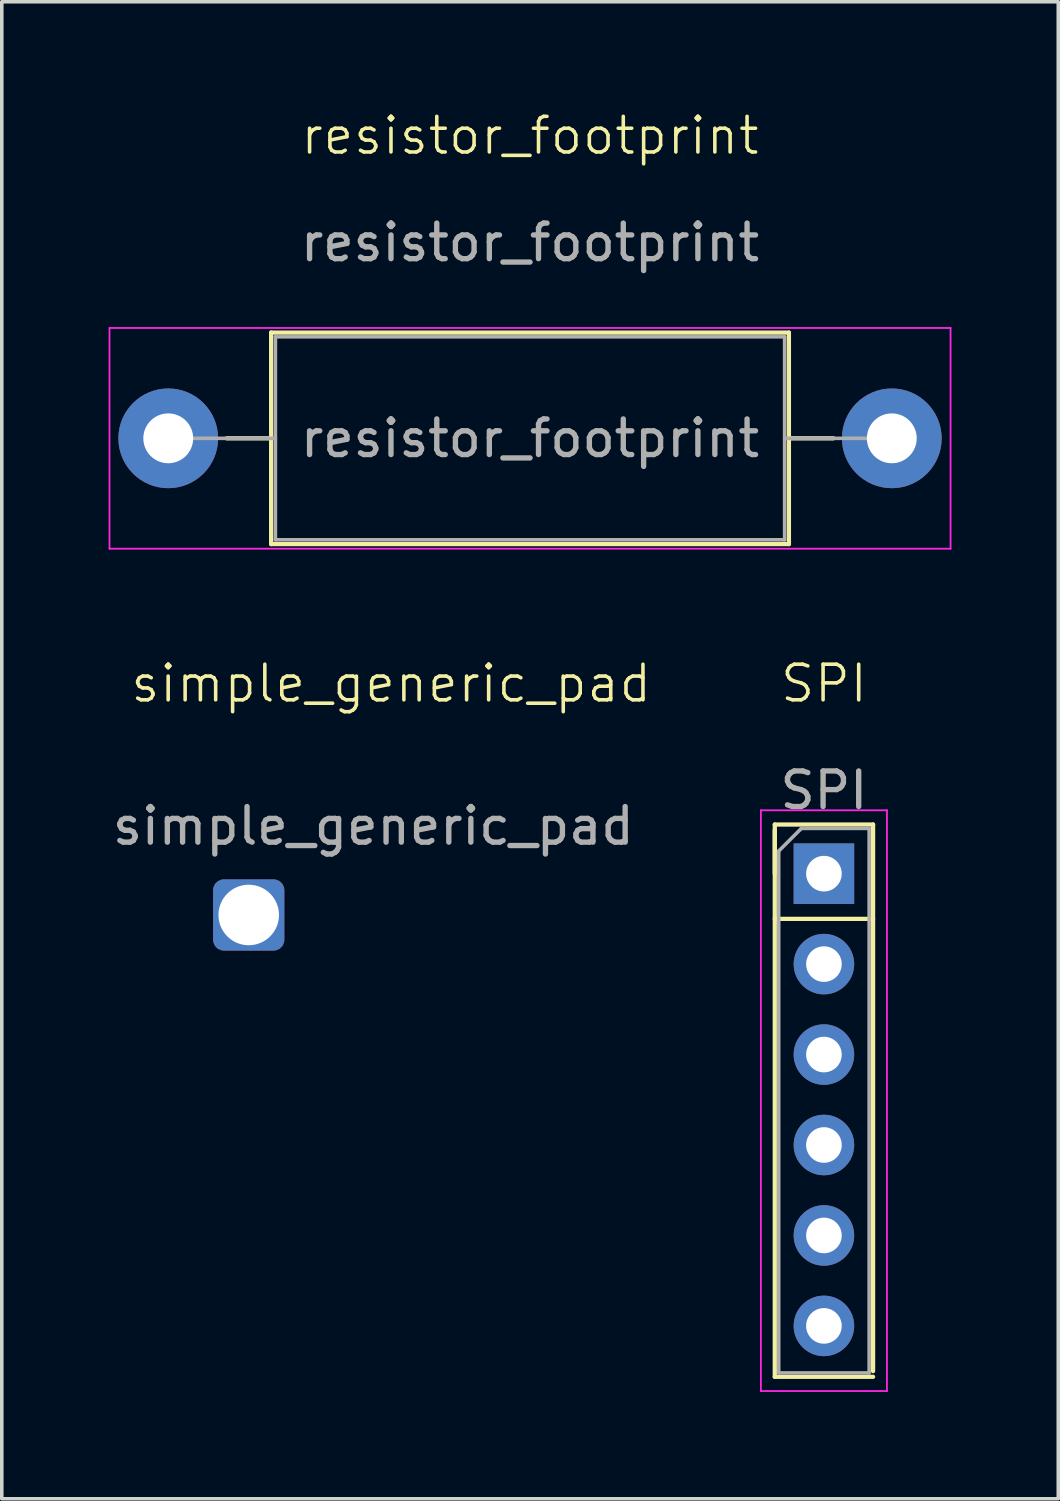
<source format=kicad_pcb>
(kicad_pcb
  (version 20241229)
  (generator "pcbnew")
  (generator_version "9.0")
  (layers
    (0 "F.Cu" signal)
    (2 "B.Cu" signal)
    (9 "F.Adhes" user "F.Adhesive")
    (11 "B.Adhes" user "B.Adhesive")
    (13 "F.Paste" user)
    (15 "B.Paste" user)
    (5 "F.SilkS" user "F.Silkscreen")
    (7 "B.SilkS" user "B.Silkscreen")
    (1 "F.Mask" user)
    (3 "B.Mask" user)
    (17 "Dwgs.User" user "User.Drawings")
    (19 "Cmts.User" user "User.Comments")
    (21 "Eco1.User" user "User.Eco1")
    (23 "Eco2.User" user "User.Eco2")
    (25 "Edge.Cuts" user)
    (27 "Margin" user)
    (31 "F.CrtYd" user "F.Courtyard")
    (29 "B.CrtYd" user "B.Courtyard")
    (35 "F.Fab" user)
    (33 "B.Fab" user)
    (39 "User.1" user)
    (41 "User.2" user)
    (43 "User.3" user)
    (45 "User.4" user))
  (footprint "resistor_footprint"
    (layer "F.Cu")
    (at 11.835 1.26)
    (property "Reference" "resistor_footprint" (at 0 -0.5 0) (unlocked yes) (layer "F.SilkS") (effects (font (size 1 1) (thickness 0.1))))
    (attr smd)
    (fp_line (start -8.52 8) (end -7.27 8) (stroke (width 0.12) (type solid)) (layer "F.SilkS"))
    (fp_line (start -7.27 5.03) (end -7.27 10.97) (stroke (width 0.12) (type solid)) (layer "F.SilkS"))
    (fp_line (start -7.27 10.97) (end 7.27 10.97) (stroke (width 0.12) (type solid)) (layer "F.SilkS"))
    (fp_line (start 7.27 5.03) (end -7.27 5.03) (stroke (width 0.12) (type solid)) (layer "F.SilkS"))
    (fp_line (start 7.27 10.97) (end 7.27 5.03) (stroke (width 0.12) (type solid)) (layer "F.SilkS"))
    (fp_line (start 8.52 8) (end 7.27 8) (stroke (width 0.12) (type solid)) (layer "F.SilkS"))
    (fp_line (start -11.81 4.9) (end -11.81 11.1) (stroke (width 0.05) (type solid)) (layer "F.CrtYd"))
    (fp_line (start -11.81 11.1) (end 11.81 11.1) (stroke (width 0.05) (type solid)) (layer "F.CrtYd"))
    (fp_line (start 11.81 4.9) (end -11.81 4.9) (stroke (width 0.05) (type solid)) (layer "F.CrtYd"))
    (fp_line (start 11.81 11.1) (end 11.81 4.9) (stroke (width 0.05) (type solid)) (layer "F.CrtYd"))
    (fp_line (start -10.16 8) (end -7.15 8) (stroke (width 0.1) (type solid)) (layer "F.Fab"))
    (fp_line (start -7.15 5.15) (end -7.15 10.85) (stroke (width 0.1) (type solid)) (layer "F.Fab"))
    (fp_line (start -7.15 10.85) (end 7.15 10.85) (stroke (width 0.1) (type solid)) (layer "F.Fab"))
    (fp_line (start 7.15 5.15) (end -7.15 5.15) (stroke (width 0.1) (type solid)) (layer "F.Fab"))
    (fp_line (start 7.15 10.85) (end 7.15 5.15) (stroke (width 0.1) (type solid)) (layer "F.Fab"))
    (fp_line (start 10.16 8) (end 7.15 8) (stroke (width 0.1) (type solid)) (layer "F.Fab"))
    (fp_text user "${REFERENCE}" (at 0 8 0) (layer "F.Fab") (effects (font (size 1 1) (thickness 0.15))))
    (fp_text user "${REFERENCE}" (at 0 2.5 0) (unlocked yes) (layer "F.Fab") (effects (font (size 1 1) (thickness 0.15))))
    (pad "1" thru_hole circle (at -10.16 8) (size 2.8 2.8) (drill 1.4) (layers "*.Cu" "*.Mask"))
    (pad "2" thru_hole oval (at 10.16 8) (size 2.8 2.8) (drill 1.4) (layers "*.Cu" "*.Mask")))
  (footprint "simple_generic_pad"
    (layer "F.Cu")
    (at 7.435 17.146)
    (property "Reference" "simple_generic_pad" (at 0.5 -1 0) (unlocked yes) (layer "F.SilkS") (effects (font (size 1 1) (thickness 0.1))))
    (attr smd)
    (fp_text user "${REFERENCE}" (at 0 3 0) (unlocked yes) (layer "F.Fab") (effects (font (size 1 1) (thickness 0.15))))
    (pad "" thru_hole roundrect (at -3.5 5.5) (size 2 2) (drill 1.7) (layers "*.Cu" "*.Mask") (roundrect_rratio 0.15)))
  (footprint "SPI"
    (layer "F.Cu")
    (at 20.089 16.646)
    (property "Reference" "SPI" (at 0 -0.5 0) (unlocked yes) (layer "F.SilkS") (effects (font (size 1 1) (thickness 0.1))))
    (attr smd)
    (fp_line (start -1.38 3.46) (end 1.38 3.46) (stroke (width 0.12) (type solid)) (layer "F.SilkS"))
    (fp_line (start -1.38 3.62) (end -1.38 18.97) (stroke (width 0.12) (type solid)) (layer "F.SilkS"))
    (fp_line (start -1.38 4.84) (end -1.38 3.46) (stroke (width 0.12) (type solid)) (layer "F.SilkS"))
    (fp_line (start -1.38 6.11) (end 1.38 6.11) (stroke (width 0.12) (type solid)) (layer "F.SilkS"))
    (fp_line (start -1.38 18.97) (end 1.38 18.97) (stroke (width 0.12) (type solid)) (layer "F.SilkS"))
    (fp_line (start 1.38 3.46) (end 1.38 18.81) (stroke (width 0.12) (type solid)) (layer "F.SilkS"))
    (fp_line (start -1.77 3.06) (end -1.77 19.37) (stroke (width 0.05) (type solid)) (layer "F.CrtYd"))
    (fp_line (start -1.77 19.37) (end 1.77 19.37) (stroke (width 0.05) (type solid)) (layer "F.CrtYd"))
    (fp_line (start 1.77 3.06) (end -1.77 3.06) (stroke (width 0.05) (type solid)) (layer "F.CrtYd"))
    (fp_line (start 1.77 19.37) (end 1.77 3.06) (stroke (width 0.05) (type solid)) (layer "F.CrtYd"))
    (fp_line (start -1.27 4.205) (end -0.635 3.57) (stroke (width 0.1) (type solid)) (layer "F.Fab"))
    (fp_line (start -1.27 18.86) (end -1.27 4.205) (stroke (width 0.1) (type solid)) (layer "F.Fab"))
    (fp_line (start -0.635 3.57) (end 1.27 3.57) (stroke (width 0.1) (type solid)) (layer "F.Fab"))
    (fp_line (start 1.27 3.57) (end 1.27 18.86) (stroke (width 0.1) (type solid)) (layer "F.Fab"))
    (fp_line (start 1.27 18.86) (end -1.27 18.86) (stroke (width 0.1) (type solid)) (layer "F.Fab"))
    (fp_text user "${REFERENCE}" (at 0 2.5 0) (unlocked yes) (layer "F.Fab") (effects (font (size 1 1) (thickness 0.15))))
    (pad "1" thru_hole rect (at 0 4.84) (size 1.7 1.7) (drill 1) (layers "*.Cu" "*.Mask"))
    (pad "2" thru_hole circle (at 0 7.38) (size 1.7 1.7) (drill 1) (layers "*.Cu" "*.Mask"))
    (pad "3" thru_hole circle (at 0 9.92) (size 1.7 1.7) (drill 1) (layers "*.Cu" "*.Mask"))
    (pad "4" thru_hole circle (at 0 12.46) (size 1.7 1.7) (drill 1) (layers "*.Cu" "*.Mask"))
    (pad "5" thru_hole circle (at 0 15) (size 1.7 1.7) (drill 1) (layers "*.Cu" "*.Mask"))
    (pad "6" thru_hole circle (at 0 17.54) (size 1.7 1.7) (drill 1) (layers "*.Cu" "*.Mask")))
  (gr_rect
    (start -3 -3)
    (end 26.67 39.041)
    (stroke (width 0.1) (type default))
    (fill no)
    (layer "Edge.Cuts")))
</source>
